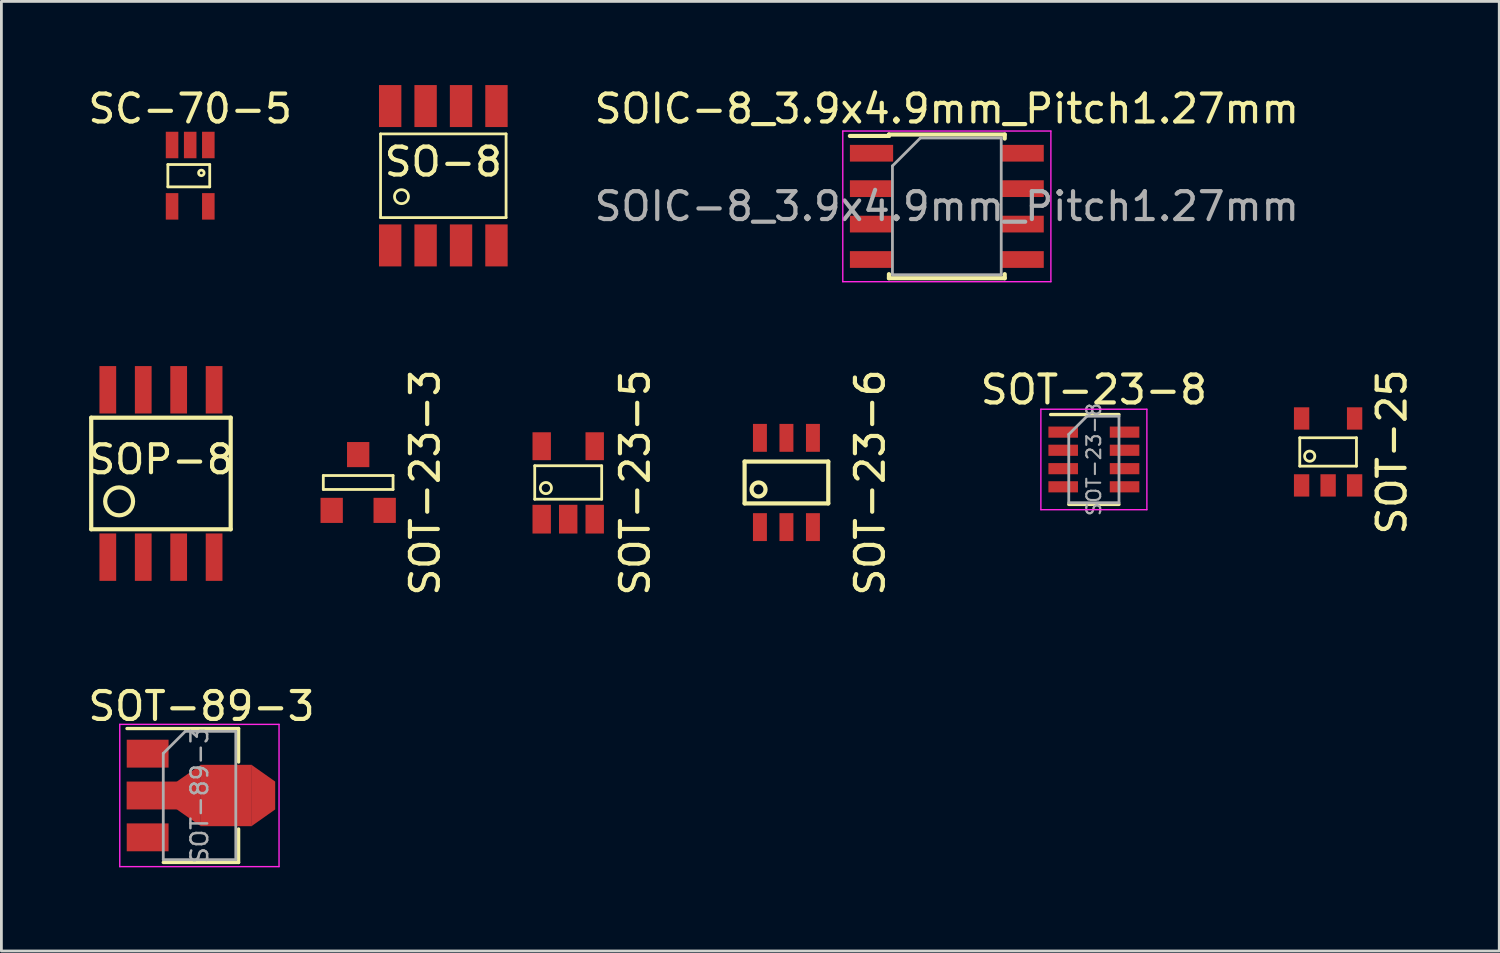
<source format=kicad_pcb>
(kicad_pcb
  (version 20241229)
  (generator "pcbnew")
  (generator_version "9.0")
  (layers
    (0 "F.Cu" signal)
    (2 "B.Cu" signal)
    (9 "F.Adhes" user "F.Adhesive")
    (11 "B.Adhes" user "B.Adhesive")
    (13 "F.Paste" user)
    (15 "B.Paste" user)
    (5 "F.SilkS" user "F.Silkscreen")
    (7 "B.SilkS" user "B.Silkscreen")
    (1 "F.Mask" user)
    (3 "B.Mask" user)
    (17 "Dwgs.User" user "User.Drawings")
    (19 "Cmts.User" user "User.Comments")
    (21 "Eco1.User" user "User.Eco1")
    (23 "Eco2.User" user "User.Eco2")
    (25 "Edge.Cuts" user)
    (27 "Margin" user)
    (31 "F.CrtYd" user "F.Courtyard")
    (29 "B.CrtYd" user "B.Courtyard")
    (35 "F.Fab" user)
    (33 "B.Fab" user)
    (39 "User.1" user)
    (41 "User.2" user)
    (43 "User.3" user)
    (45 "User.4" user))
  (footprint "SOT-25"
    (layer "F.Cu")
    (at 44.56 13.151)
    (property "Reference" "SOT-25" (at 2.286 0 90) (layer "F.SilkS") (effects (font (size 1 1) (thickness 0.15))))
    (attr smd)
    (fp_line (start -1.016 -0.508) (end -1.016 0.508) (stroke (width 0.1) (type solid)) (layer "F.SilkS"))
    (fp_line (start -1.016 0.508) (end 1.016 0.508) (stroke (width 0.1) (type solid)) (layer "F.SilkS"))
    (fp_line (start 1.016 -0.508) (end -1.016 -0.508) (stroke (width 0.1) (type solid)) (layer "F.SilkS"))
    (fp_line (start 1.016 0.508) (end 1.016 -0.508) (stroke (width 0.1) (type solid)) (layer "F.SilkS"))
    (fp_circle (center -0.66 0.152) (end -0.508 0.254) (stroke (width 0.1) (type solid)) (fill no) (layer "F.SilkS"))
    (pad "1" smd rect (at -0.95 1.2) (size 0.55 0.8) (layers "F.Cu" "F.Mask" "F.Paste"))
    (pad "2" smd rect (at 0 1.2) (size 0.55 0.8) (layers "F.Cu" "F.Mask" "F.Paste"))
    (pad "3" smd rect (at 0.95 1.2) (size 0.55 0.8) (layers "F.Cu" "F.Mask" "F.Paste"))
    (pad "4" smd rect (at 0.95 -1.2) (size 0.55 0.8) (layers "F.Cu" "F.Mask" "F.Paste"))
    (pad "5" smd rect (at -0.95 -1.2) (size 0.55 0.8) (layers "F.Cu" "F.Mask" "F.Paste")))
  (footprint "SOP-8"
    (layer "F.Cu")
    (at 2.72 13.923)
    (property "Reference" "SOP-8" (at 0 -0.5 0) (layer "F.SilkS") (effects (font (size 1 1) (thickness 0.15))))
    (attr smd)
    (fp_line (start -2.5 -2) (end -2.5 2) (stroke (width 0.15) (type solid)) (layer "F.SilkS"))
    (fp_line (start -2.5 2) (end 2.5 2) (stroke (width 0.15) (type solid)) (layer "F.SilkS"))
    (fp_line (start 2.5 -2) (end -2.5 -2) (stroke (width 0.15) (type solid)) (layer "F.SilkS"))
    (fp_line (start 2.5 2) (end 2.5 -2) (stroke (width 0.15) (type solid)) (layer "F.SilkS"))
    (fp_circle (center -1.5 1) (end -1 1) (stroke (width 0.15) (type solid)) (fill no) (layer "F.SilkS"))
    (pad "1" smd rect (at -1.905 3) (size 0.6 1.7) (layers "F.Cu" "F.Mask" "F.Paste"))
    (pad "2" smd rect (at -0.635 3) (size 0.6 1.7) (layers "F.Cu" "F.Mask" "F.Paste"))
    (pad "3" smd rect (at 0.635 3) (size 0.6 1.7) (layers "F.Cu" "F.Mask" "F.Paste"))
    (pad "4" smd rect (at 1.905 3) (size 0.6 1.7) (layers "F.Cu" "F.Mask" "F.Paste"))
    (pad "5" smd rect (at 1.905 -3) (size 0.6 1.7) (layers "F.Cu" "F.Mask" "F.Paste"))
    (pad "6" smd rect (at 0.635 -3) (size 0.6 1.7) (layers "F.Cu" "F.Mask" "F.Paste"))
    (pad "7" smd rect (at -0.635 -3) (size 0.6 1.7) (layers "F.Cu" "F.Mask" "F.Paste"))
    (pad "8" smd rect (at -1.905 -3) (size 0.6 1.7) (layers "F.Cu" "F.Mask" "F.Paste")))
  (footprint "SOT-89-3"
    (layer "F.Cu")
    (at 3.723 25.467)
    (property "Reference" "SOT-89-3" (at 0.45 -3.2 0) (layer "F.SilkS") (effects (font (size 1 1) (thickness 0.15))))
    (attr smd)
    (fp_line (start -2.22 -2.4) (end 1.78 -2.4) (stroke (width 0.12) (type solid)) (layer "F.SilkS"))
    (fp_line (start 1.78 -2.4) (end 1.78 -1.2) (stroke (width 0.12) (type solid)) (layer "F.SilkS"))
    (fp_line (start 1.78 1.2) (end 1.78 2.4) (stroke (width 0.12) (type solid)) (layer "F.SilkS"))
    (fp_line (start 1.78 2.4) (end -0.92 2.4) (stroke (width 0.12) (type solid)) (layer "F.SilkS"))
    (fp_line (start -2.48 2.55) (end -2.48 -2.55) (stroke (width 0.05) (type solid)) (layer "F.CrtYd"))
    (fp_line (start -2.48 2.55) (end 3.23 2.55) (stroke (width 0.05) (type solid)) (layer "F.CrtYd"))
    (fp_line (start 3.23 -2.55) (end -2.48 -2.55) (stroke (width 0.05) (type solid)) (layer "F.CrtYd"))
    (fp_line (start 3.23 -2.55) (end 3.23 2.55) (stroke (width 0.05) (type solid)) (layer "F.CrtYd"))
    (fp_line (start -0.92 -1.51) (end -0.13 -2.3) (stroke (width 0.1) (type solid)) (layer "F.Fab"))
    (fp_line (start -0.92 2.3) (end -0.92 -1.51) (stroke (width 0.1) (type solid)) (layer "F.Fab"))
    (fp_line (start -0.13 -2.3) (end 1.68 -2.3) (stroke (width 0.1) (type solid)) (layer "F.Fab"))
    (fp_line (start 1.68 -2.3) (end 1.68 2.3) (stroke (width 0.1) (type solid)) (layer "F.Fab"))
    (fp_line (start 1.68 2.3) (end -0.92 2.3) (stroke (width 0.1) (type solid)) (layer "F.Fab"))
    (fp_text user "${REFERENCE}" (at 0.38 0 90) (layer "F.Fab") (effects (font (size 0.6 0.6) (thickness 0.09))))
    (pad "1" smd rect (at -1.48 -1.5 270) (size 1 1.5) (layers "F.Cu" "F.Mask" "F.Paste"))
    (pad "2" smd rect (at -1.333 0 270) (size 1 1.8) (layers "F.Cu" "F.Mask" "F.Paste"))
    (pad "2" smd trapezoid (at -0.076 0 90) (size 1.5 1) (rect_delta 0 0.7) (layers "F.Cu" "F.Mask" "F.Paste"))
    (pad "2" smd rect (at 1.333 0 270) (size 2.2 1.84) (layers "F.Cu" "F.Mask" "F.Paste"))
    (pad "2" smd trapezoid (at 2.667 0 270) (size 1.6 0.85) (rect_delta 0 0.6) (layers "F.Cu" "F.Mask" "F.Paste"))
    (pad "3" smd rect (at -1.48 1.5 270) (size 1 1.5) (layers "F.Cu" "F.Mask" "F.Paste")))
  (footprint "SO-8"
    (layer "F.Cu")
    (at 12.842 3.25)
    (property "Reference" "SO-8" (at 0 -0.5 0) (layer "F.SilkS") (effects (font (size 1 1) (thickness 0.15))))
    (attr through_hole)
    (fp_line (start -2.25 -1.5) (end -2.25 1.5) (stroke (width 0.1) (type solid)) (layer "F.SilkS"))
    (fp_line (start -2.25 1.5) (end 2.25 1.5) (stroke (width 0.1) (type solid)) (layer "F.SilkS"))
    (fp_line (start 2.25 -1.5) (end -2.25 -1.5) (stroke (width 0.1) (type solid)) (layer "F.SilkS"))
    (fp_line (start 2.25 1.5) (end 2.25 -1.5) (stroke (width 0.1) (type solid)) (layer "F.SilkS"))
    (fp_circle (center -1.5 0.75) (end -1.5 1) (stroke (width 0.1) (type solid)) (fill no) (layer "F.SilkS"))
    (pad "1" smd rect (at -1.905 2.498) (size 0.802 1.505) (layers "F.Cu" "F.Mask" "F.Paste"))
    (pad "2" smd rect (at -0.635 2.498) (size 0.802 1.505) (layers "F.Cu" "F.Mask" "F.Paste"))
    (pad "3" smd rect (at 0.635 2.498) (size 0.802 1.505) (layers "F.Cu" "F.Mask" "F.Paste"))
    (pad "4" smd rect (at 1.905 2.498) (size 0.802 1.505) (layers "F.Cu" "F.Mask" "F.Paste"))
    (pad "5" smd rect (at 1.905 -2.498) (size 0.802 1.505) (layers "F.Cu" "F.Mask" "F.Paste"))
    (pad "6" smd rect (at 0.635 -2.498) (size 0.802 1.505) (layers "F.Cu" "F.Mask" "F.Paste"))
    (pad "7" smd rect (at -0.635 -2.498) (size 0.802 1.505) (layers "F.Cu" "F.Mask" "F.Paste"))
    (pad "8" smd rect (at -1.905 -2.498) (size 0.802 1.505) (layers "F.Cu" "F.Mask" "F.Paste")))
  (footprint "SOT-23-8"
    (layer "F.Cu")
    (at 36.163 13.421)
    (property "Reference" "SOT-23-8" (at 0 -2.5 0) (layer "F.SilkS") (effects (font (size 1 1) (thickness 0.15))))
    (attr smd)
    (fp_line (start -0.9 1.61) (end 0.9 1.61) (stroke (width 0.12) (type solid)) (layer "F.SilkS"))
    (fp_line (start 0.9 -1.61) (end -1.55 -1.61) (stroke (width 0.12) (type solid)) (layer "F.SilkS"))
    (fp_line (start -1.9 -1.8) (end -1.9 1.8) (stroke (width 0.05) (type solid)) (layer "F.CrtYd"))
    (fp_line (start -1.9 1.8) (end 1.9 1.8) (stroke (width 0.05) (type solid)) (layer "F.CrtYd"))
    (fp_line (start 1.9 -1.8) (end -1.9 -1.8) (stroke (width 0.05) (type solid)) (layer "F.CrtYd"))
    (fp_line (start 1.9 1.8) (end 1.9 -1.8) (stroke (width 0.05) (type solid)) (layer "F.CrtYd"))
    (fp_line (start -0.9 -0.9) (end -0.9 1.55) (stroke (width 0.1) (type solid)) (layer "F.Fab"))
    (fp_line (start -0.9 -0.9) (end -0.25 -1.55) (stroke (width 0.1) (type solid)) (layer "F.Fab"))
    (fp_line (start 0.9 -1.55) (end -0.25 -1.55) (stroke (width 0.1) (type solid)) (layer "F.Fab"))
    (fp_line (start 0.9 -1.55) (end 0.9 1.55) (stroke (width 0.1) (type solid)) (layer "F.Fab"))
    (fp_line (start 0.9 1.55) (end -0.9 1.55) (stroke (width 0.1) (type solid)) (layer "F.Fab"))
    (fp_text user "${REFERENCE}" (at 0 0 90) (layer "F.Fab") (effects (font (size 0.5 0.5) (thickness 0.075))))
    (pad "1" smd rect (at -1.1 -0.98) (size 1.06 0.4) (layers "F.Cu" "F.Mask" "F.Paste"))
    (pad "2" smd rect (at -1.1 -0.33) (size 1.06 0.4) (layers "F.Cu" "F.Mask" "F.Paste"))
    (pad "3" smd rect (at -1.1 0.33) (size 1.06 0.4) (layers "F.Cu" "F.Mask" "F.Paste"))
    (pad "4" smd rect (at -1.1 0.98) (size 1.06 0.4) (layers "F.Cu" "F.Mask" "F.Paste"))
    (pad "5" smd rect (at 1.1 0.98) (size 1.06 0.4) (layers "F.Cu" "F.Mask" "F.Paste"))
    (pad "6" smd rect (at 1.1 0.33) (size 1.06 0.4) (layers "F.Cu" "F.Mask" "F.Paste"))
    (pad "7" smd rect (at 1.1 -0.33) (size 1.06 0.4) (layers "F.Cu" "F.Mask" "F.Paste"))
    (pad "8" smd rect (at 1.1 -0.98) (size 1.06 0.4) (layers "F.Cu" "F.Mask" "F.Paste")))
  (footprint "SC-70-5"
    (layer "F.Cu")
    (at 3.768 3.248)
    (property "Reference" "SC-70-5" (at 0 -2.4 0) (layer "F.SilkS") (effects (font (size 1 1) (thickness 0.15))))
    (attr smd)
    (fp_line (start -0.8 -0.4) (end -0.8 0.4) (stroke (width 0.1) (type solid)) (layer "F.SilkS"))
    (fp_line (start -0.8 0.4) (end 0.7 0.4) (stroke (width 0.1) (type solid)) (layer "F.SilkS"))
    (fp_line (start 0.7 -0.4) (end -0.8 -0.4) (stroke (width 0.1) (type solid)) (layer "F.SilkS"))
    (fp_line (start 0.7 0.4) (end 0.7 -0.4) (stroke (width 0.1) (type solid)) (layer "F.SilkS"))
    (fp_circle (center 0.4 -0.1) (end 0.5 -0.1) (stroke (width 0.1) (type solid)) (fill no) (layer "F.SilkS"))
    (pad "1" smd rect (at 0.65 -1.1 180) (size 0.45 0.95) (layers "F.Cu" "F.Mask" "F.Paste"))
    (pad "2" smd rect (at 0 -1.1 180) (size 0.45 0.95) (layers "F.Cu" "F.Mask" "F.Paste"))
    (pad "3" smd rect (at -0.65 -1.1 180) (size 0.45 0.95) (layers "F.Cu" "F.Mask" "F.Paste"))
    (pad "4" smd rect (at -0.65 1.1 180) (size 0.45 0.95) (layers "F.Cu" "F.Mask" "F.Paste"))
    (pad "5" smd rect (at 0.65 1.1 180) (size 0.45 0.95) (layers "F.Cu" "F.Mask" "F.Paste")))
  (footprint "SOT-23-5"
    (layer "F.Cu")
    (at 17.319 14.246)
    (property "Reference" "SOT-23-5" (at 2.4 0 90) (layer "F.SilkS") (effects (font (size 1 1) (thickness 0.15))))
    (attr smd)
    (fp_line (start -1.2 -0.6) (end -1.2 0.6) (stroke (width 0.1) (type solid)) (layer "F.SilkS"))
    (fp_line (start -1.2 0.6) (end 1.2 0.6) (stroke (width 0.1) (type solid)) (layer "F.SilkS"))
    (fp_line (start 1.2 -0.6) (end -1.2 -0.6) (stroke (width 0.1) (type solid)) (layer "F.SilkS"))
    (fp_line (start 1.2 0.6) (end 1.2 -0.6) (stroke (width 0.1) (type solid)) (layer "F.SilkS"))
    (fp_circle (center -0.8 0.2) (end -0.6 0.2) (stroke (width 0.1) (type solid)) (fill no) (layer "F.SilkS"))
    (pad "1" smd rect (at -0.95 1.315) (size 0.66 1.03) (layers "F.Cu" "F.Mask" "F.Paste"))
    (pad "2" smd rect (at 0 1.315) (size 0.66 1.03) (layers "F.Cu" "F.Mask" "F.Paste"))
    (pad "3" smd rect (at 0.95 1.315) (size 0.66 1.03) (layers "F.Cu" "F.Mask" "F.Paste"))
    (pad "4" smd rect (at 0.95 -1.3) (size 0.66 1) (layers "F.Cu" "F.Mask" "F.Paste"))
    (pad "5" smd rect (at -0.95 -1.3) (size 0.66 1) (layers "F.Cu" "F.Mask" "F.Paste")))
  (footprint "SOT-23-6"
    (layer "F.Cu")
    (at 25.142 14.246)
    (property "Reference" "SOT-23-6" (at 3 0 90) (layer "F.SilkS") (effects (font (size 1 1) (thickness 0.15))))
    (attr smd)
    (fp_line (start -1.5 -0.75) (end -1.5 0.75) (stroke (width 0.15) (type solid)) (layer "F.SilkS"))
    (fp_line (start -1.5 0.75) (end 1.5 0.75) (stroke (width 0.15) (type solid)) (layer "F.SilkS"))
    (fp_line (start 1.5 -0.75) (end -1.5 -0.75) (stroke (width 0.15) (type solid)) (layer "F.SilkS"))
    (fp_line (start 1.5 0.75) (end 1.5 -0.75) (stroke (width 0.15) (type solid)) (layer "F.SilkS"))
    (fp_circle (center -1 0.25) (end -0.75 0.25) (stroke (width 0.15) (type solid)) (fill no) (layer "F.SilkS"))
    (pad "1" smd rect (at -0.95 1.6) (size 0.5 1) (layers "F.Cu" "F.Mask" "F.Paste"))
    (pad "2" smd rect (at 0 1.6) (size 0.5 1) (layers "F.Cu" "F.Mask" "F.Paste"))
    (pad "3" smd rect (at 0.95 1.6) (size 0.5 1) (layers "F.Cu" "F.Mask" "F.Paste"))
    (pad "4" smd rect (at 0.95 -1.6) (size 0.5 1) (layers "F.Cu" "F.Mask" "F.Paste"))
    (pad "5" smd rect (at 0 -1.6) (size 0.5 1) (layers "F.Cu" "F.Mask" "F.Paste"))
    (pad "6" smd rect (at -0.95 -1.6) (size 0.5 1) (layers "F.Cu" "F.Mask" "F.Paste")))
  (footprint "SOIC-8_3.9x4.9mm_Pitch1.27mm"
    (layer "F.Cu")
    (at 30.892 4.348)
    (property "Reference" "SOIC-8_3.9x4.9mm_Pitch1.27mm" (at 0 -3.5 0) (layer "F.SilkS") (effects (font (size 1 1) (thickness 0.15))))
    (attr smd)
    (fp_line (start -2.075 -2.575) (end -2.075 -2.525) (stroke (width 0.15) (type solid)) (layer "F.SilkS"))
    (fp_line (start -2.075 -2.575) (end 2.075 -2.575) (stroke (width 0.15) (type solid)) (layer "F.SilkS"))
    (fp_line (start -2.075 -2.525) (end -3.475 -2.525) (stroke (width 0.15) (type solid)) (layer "F.SilkS"))
    (fp_line (start -2.075 2.575) (end -2.075 2.43) (stroke (width 0.15) (type solid)) (layer "F.SilkS"))
    (fp_line (start -2.075 2.575) (end 2.075 2.575) (stroke (width 0.15) (type solid)) (layer "F.SilkS"))
    (fp_line (start 2.075 -2.575) (end 2.075 -2.43) (stroke (width 0.15) (type solid)) (layer "F.SilkS"))
    (fp_line (start 2.075 2.575) (end 2.075 2.43) (stroke (width 0.15) (type solid)) (layer "F.SilkS"))
    (fp_line (start -3.73 -2.7) (end -3.73 2.7) (stroke (width 0.05) (type solid)) (layer "F.CrtYd"))
    (fp_line (start -3.73 -2.7) (end 3.73 -2.7) (stroke (width 0.05) (type solid)) (layer "F.CrtYd"))
    (fp_line (start -3.73 2.7) (end 3.73 2.7) (stroke (width 0.05) (type solid)) (layer "F.CrtYd"))
    (fp_line (start 3.73 -2.7) (end 3.73 2.7) (stroke (width 0.05) (type solid)) (layer "F.CrtYd"))
    (fp_line (start -1.95 -1.45) (end -0.95 -2.45) (stroke (width 0.1) (type solid)) (layer "F.Fab"))
    (fp_line (start -1.95 2.45) (end -1.95 -1.45) (stroke (width 0.1) (type solid)) (layer "F.Fab"))
    (fp_line (start -0.95 -2.45) (end 1.95 -2.45) (stroke (width 0.1) (type solid)) (layer "F.Fab"))
    (fp_line (start 1.95 -2.45) (end 1.95 2.45) (stroke (width 0.1) (type solid)) (layer "F.Fab"))
    (fp_line (start 1.95 2.45) (end -1.95 2.45) (stroke (width 0.1) (type solid)) (layer "F.Fab"))
    (fp_text user "${REFERENCE}" (at 0 0 0) (layer "F.Fab") (effects (font (size 1 1) (thickness 0.15))))
    (pad "1" smd rect (at -2.7 -1.905) (size 1.55 0.6) (layers "F.Cu" "F.Mask" "F.Paste"))
    (pad "2" smd rect (at -2.7 -0.635) (size 1.55 0.6) (layers "F.Cu" "F.Mask" "F.Paste"))
    (pad "3" smd rect (at -2.7 0.635) (size 1.55 0.6) (layers "F.Cu" "F.Mask" "F.Paste"))
    (pad "4" smd rect (at -2.7 1.905) (size 1.55 0.6) (layers "F.Cu" "F.Mask" "F.Paste"))
    (pad "5" smd rect (at 2.7 1.905) (size 1.55 0.6) (layers "F.Cu" "F.Mask" "F.Paste"))
    (pad "6" smd rect (at 2.7 0.635) (size 1.55 0.6) (layers "F.Cu" "F.Mask" "F.Paste"))
    (pad "7" smd rect (at 2.7 -0.635) (size 1.55 0.6) (layers "F.Cu" "F.Mask" "F.Paste"))
    (pad "8" smd rect (at 2.7 -1.905) (size 1.55 0.6) (layers "F.Cu" "F.Mask" "F.Paste")))
  (footprint "SOT-23-3"
    (layer "F.Cu")
    (at 9.79 14.246)
    (property "Reference" "SOT-23-3" (at 2.4 0 90) (layer "F.SilkS") (effects (font (size 1 1) (thickness 0.15))))
    (attr smd)
    (fp_line (start -1.25 -0.25) (end -1.25 0.25) (stroke (width 0.1) (type solid)) (layer "F.SilkS"))
    (fp_line (start -1.25 0.25) (end 1.25 0.25) (stroke (width 0.1) (type solid)) (layer "F.SilkS"))
    (fp_line (start 1.25 -0.25) (end -1.25 -0.25) (stroke (width 0.1) (type solid)) (layer "F.SilkS"))
    (fp_line (start 1.25 0.25) (end 1.25 -0.25) (stroke (width 0.1) (type solid)) (layer "F.SilkS"))
    (pad "1" smd rect (at -0.95 1) (size 0.8 0.9) (layers "F.Cu" "F.Mask" "F.Paste"))
    (pad "2" smd rect (at 0.95 1) (size 0.8 0.9) (layers "F.Cu" "F.Mask" "F.Paste"))
    (pad "3" smd rect (at 0 -1) (size 0.8 0.9) (layers "F.Cu" "F.Mask" "F.Paste")))
  (gr_rect
    (start -3 -3)
    (end 50.695 31.042)
    (stroke (width 0.1) (type default))
    (fill no)
    (layer "Edge.Cuts")))
</source>
